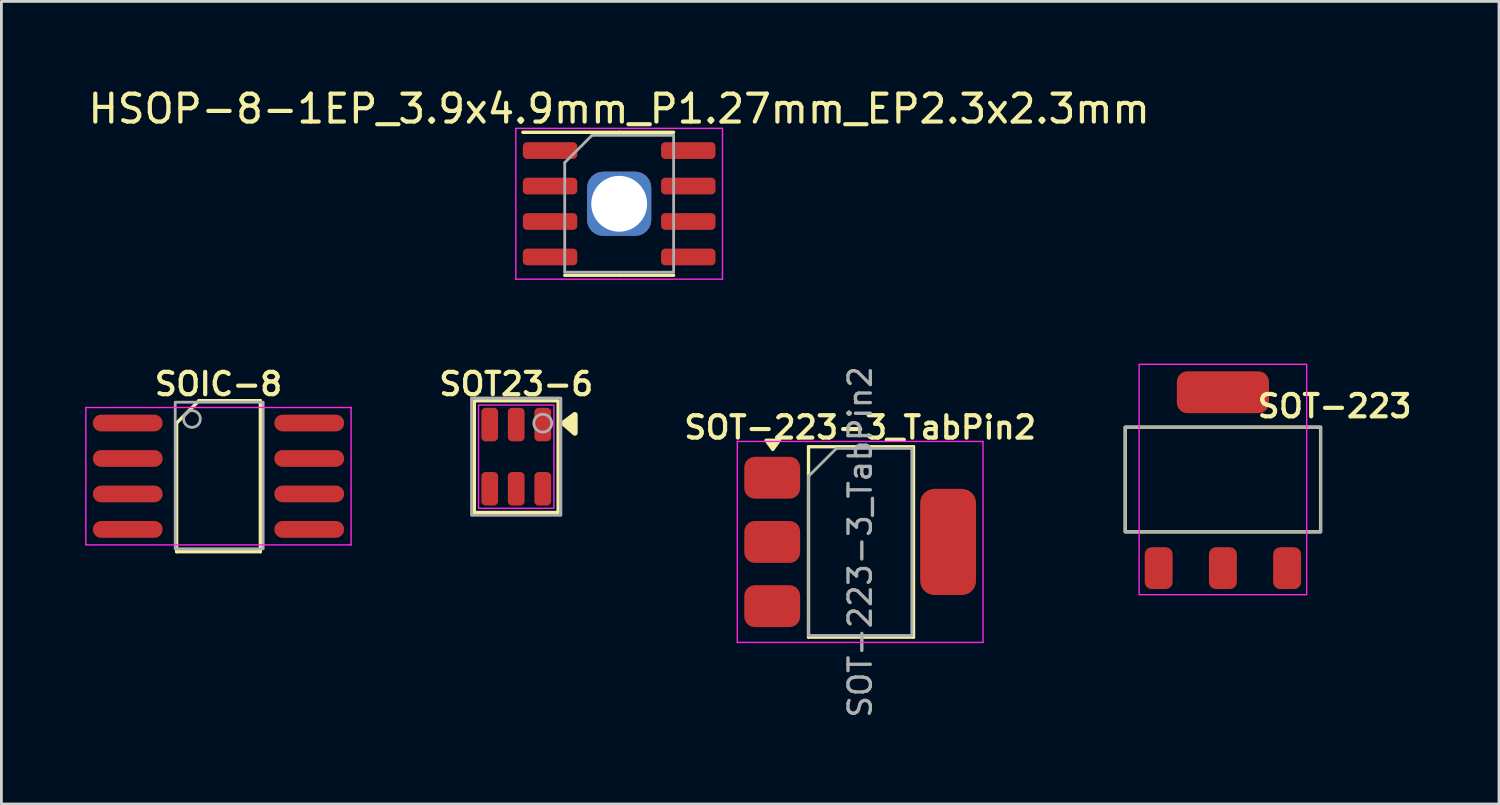
<source format=kicad_pcb>
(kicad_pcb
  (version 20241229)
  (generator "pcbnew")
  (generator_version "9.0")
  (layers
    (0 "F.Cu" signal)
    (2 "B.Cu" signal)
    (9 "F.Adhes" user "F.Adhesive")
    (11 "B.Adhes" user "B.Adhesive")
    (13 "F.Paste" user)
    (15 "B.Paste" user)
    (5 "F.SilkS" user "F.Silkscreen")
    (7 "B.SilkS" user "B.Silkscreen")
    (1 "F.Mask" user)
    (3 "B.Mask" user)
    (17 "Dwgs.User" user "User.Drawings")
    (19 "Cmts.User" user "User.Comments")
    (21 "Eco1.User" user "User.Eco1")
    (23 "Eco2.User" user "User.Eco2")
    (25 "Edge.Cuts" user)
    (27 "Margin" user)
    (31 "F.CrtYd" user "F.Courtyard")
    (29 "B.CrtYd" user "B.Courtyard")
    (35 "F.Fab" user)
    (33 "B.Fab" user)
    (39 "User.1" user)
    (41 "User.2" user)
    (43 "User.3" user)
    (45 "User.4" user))
  (footprint "SOT-223-3_TabPin2"
    (layer "F.Cu")
    (at 27.756 16.359)
    (property "Reference" "SOT-223-3_TabPin2" (at 0 -4.1 0) (layer "F.SilkS") (effects (font (size 0.8 0.8) (thickness 0.15) (bold yes))))
    (attr smd)
    (fp_line (start -1.85 -3.41) (end 1.91 -3.41) (stroke (width 0.12) (type solid)) (layer "F.SilkS"))
    (fp_line (start -1.85 3.41) (end -1.85 -3.41) (stroke (width 0.12) (type solid)) (layer "F.SilkS"))
    (fp_line (start -1.85 3.41) (end 1.91 3.41) (stroke (width 0.12) (type solid)) (layer "F.SilkS"))
    (fp_line (start 1.91 -3.41) (end 1.91 3.41) (stroke (width 0.12) (type solid)) (layer "F.SilkS"))
    (fp_poly (pts (xy -3.13 -3.31) (xy -3.37 -3.64) (xy -2.89 -3.64) (xy -3.13 -3.31)) (stroke (width 0.12) (type solid)) (fill yes) (layer "F.SilkS"))
    (fp_line (start -4.4 -3.6) (end -4.4 3.6) (stroke (width 0.05) (type solid)) (layer "F.CrtYd"))
    (fp_line (start -4.4 3.6) (end 4.4 3.6) (stroke (width 0.05) (type solid)) (layer "F.CrtYd"))
    (fp_line (start 4.4 -3.6) (end -4.4 -3.6) (stroke (width 0.05) (type solid)) (layer "F.CrtYd"))
    (fp_line (start 4.4 3.6) (end 4.4 -3.6) (stroke (width 0.05) (type solid)) (layer "F.CrtYd"))
    (fp_line (start -1.85 -2.35) (end -1.85 3.35) (stroke (width 0.1) (type solid)) (layer "F.Fab"))
    (fp_line (start -1.85 -2.35) (end -0.85 -3.35) (stroke (width 0.1) (type solid)) (layer "F.Fab"))
    (fp_line (start -1.85 3.35) (end 1.85 3.35) (stroke (width 0.1) (type solid)) (layer "F.Fab"))
    (fp_line (start -0.85 -3.35) (end 1.85 -3.35) (stroke (width 0.1) (type solid)) (layer "F.Fab"))
    (fp_line (start 1.85 -3.35) (end 1.85 3.35) (stroke (width 0.1) (type solid)) (layer "F.Fab"))
    (fp_text user "${REFERENCE}" (at 0 0 90) (layer "F.Fab") (effects (font (size 0.8 0.8) (thickness 0.12))))
    (pad "1" smd roundrect (at -3.15 -2.3) (size 2 1.5) (layers "F.Cu" "F.Mask" "F.Paste") (roundrect_rratio 0.25))
    (pad "2" smd roundrect (at -3.15 0) (size 2 1.5) (layers "F.Cu" "F.Mask" "F.Paste") (roundrect_rratio 0.25))
    (pad "2" smd roundrect (at 3.15 0) (size 2 3.8) (layers "F.Cu" "F.Mask" "F.Paste") (roundrect_rratio 0.25))
    (pad "3" smd roundrect (at -3.15 2.3) (size 2 1.5) (layers "F.Cu" "F.Mask" "F.Paste") (roundrect_rratio 0.25)))
  (footprint "HSOP-8-1EP_3.9x4.9mm_P1.27mm_EP2.3x2.3mm"
    (layer "F.Cu")
    (at 19.125 4.248)
    (property "Reference" "HSOP-8-1EP_3.9x4.9mm_P1.27mm_EP2.3x2.3mm" (at 0 -3.4 0) (layer "F.SilkS") (effects (font (size 1 1) (thickness 0.15))))
    (attr smd)
    (fp_line (start 0 -2.56) (end -3.45 -2.56) (stroke (width 0.12) (type solid)) (layer "F.SilkS"))
    (fp_line (start 0 -2.56) (end 1.95 -2.56) (stroke (width 0.12) (type solid)) (layer "F.SilkS"))
    (fp_line (start 0 2.56) (end -1.95 2.56) (stroke (width 0.12) (type solid)) (layer "F.SilkS"))
    (fp_line (start 0 2.56) (end 1.95 2.56) (stroke (width 0.12) (type solid)) (layer "F.SilkS"))
    (fp_line (start -3.7 -2.7) (end -3.7 2.7) (stroke (width 0.05) (type solid)) (layer "F.CrtYd"))
    (fp_line (start -3.7 2.7) (end 3.7 2.7) (stroke (width 0.05) (type solid)) (layer "F.CrtYd"))
    (fp_line (start 3.7 -2.7) (end -3.7 -2.7) (stroke (width 0.05) (type solid)) (layer "F.CrtYd"))
    (fp_line (start 3.7 2.7) (end 3.7 -2.7) (stroke (width 0.05) (type solid)) (layer "F.CrtYd"))
    (fp_line (start -1.95 -1.475) (end -0.975 -2.45) (stroke (width 0.1) (type solid)) (layer "F.Fab"))
    (fp_line (start -1.95 2.45) (end -1.95 -1.475) (stroke (width 0.1) (type solid)) (layer "F.Fab"))
    (fp_line (start -0.975 -2.45) (end 1.95 -2.45) (stroke (width 0.1) (type solid)) (layer "F.Fab"))
    (fp_line (start 1.95 -2.45) (end 1.95 2.45) (stroke (width 0.1) (type solid)) (layer "F.Fab"))
    (fp_line (start 1.95 2.45) (end -1.95 2.45) (stroke (width 0.1) (type solid)) (layer "F.Fab"))
    (pad "1" smd roundrect (at -2.475 -1.905) (size 1.95 0.6) (layers "F.Cu" "F.Mask" "F.Paste") (roundrect_rratio 0.25))
    (pad "2" smd roundrect (at -2.475 -0.635) (size 1.95 0.6) (layers "F.Cu" "F.Mask" "F.Paste") (roundrect_rratio 0.25))
    (pad "3" smd roundrect (at -2.475 0.635) (size 1.95 0.6) (layers "F.Cu" "F.Mask" "F.Paste") (roundrect_rratio 0.25))
    (pad "4" smd roundrect (at -2.475 1.905) (size 1.95 0.6) (layers "F.Cu" "F.Mask" "F.Paste") (roundrect_rratio 0.25))
    (pad "5" smd roundrect (at 2.475 1.905) (size 1.95 0.6) (layers "F.Cu" "F.Mask" "F.Paste") (roundrect_rratio 0.25))
    (pad "6" smd roundrect (at 2.475 0.635) (size 1.95 0.6) (layers "F.Cu" "F.Mask" "F.Paste") (roundrect_rratio 0.25))
    (pad "7" smd roundrect (at 2.475 -0.635) (size 1.95 0.6) (layers "F.Cu" "F.Mask" "F.Paste") (roundrect_rratio 0.25))
    (pad "8" smd roundrect (at 2.475 -1.905) (size 1.95 0.6) (layers "F.Cu" "F.Mask" "F.Paste") (roundrect_rratio 0.25))
    (pad "9" thru_hole roundrect (at 0 0) (size 2.3 2.3) (drill 2) (layers "*.Cu" "*.Mask") (roundrect_rratio 0.25)))
  (footprint "SOIC-8"
    (layer "F.Cu")
    (at 4.775 14.005)
    (property "Reference" "SOIC-8" (at 0 -3.3 0) (layer "F.SilkS") (effects (font (size 0.8 0.8) (thickness 0.15))))
    (attr smd)
    (fp_line (start -1.5 -1.905) (end -0.7 -2.705) (stroke (width 0.12) (type default)) (layer "F.SilkS"))
    (fp_line (start -1.5 2.705) (end -1.5 -1.905) (stroke (width 0.12) (type default)) (layer "F.SilkS"))
    (fp_line (start -0.7 -2.705) (end 1.5 -2.705) (stroke (width 0.12) (type default)) (layer "F.SilkS"))
    (fp_line (start 1.5 -2.705) (end 1.5 2.705) (stroke (width 0.12) (type default)) (layer "F.SilkS"))
    (fp_line (start 1.5 2.705) (end -1.5 2.705) (stroke (width 0.12) (type default)) (layer "F.SilkS"))
    (fp_line (start -4.75 -2.46) (end 4.75 -2.46) (stroke (width 0.05) (type default)) (layer "F.CrtYd"))
    (fp_line (start -4.75 2.46) (end -4.75 -2.46) (stroke (width 0.05) (type default)) (layer "F.CrtYd"))
    (fp_line (start 4.75 -2.46) (end 4.75 2.46) (stroke (width 0.05) (type default)) (layer "F.CrtYd"))
    (fp_line (start 4.75 2.46) (end -4.75 2.46) (stroke (width 0.05) (type default)) (layer "F.CrtYd"))
    (fp_rect (start -1.55 -2.65) (end 1.6 2.6) (stroke (width 0.1) (type default)) (fill no) (layer "F.Fab"))
    (fp_circle (center -0.95 -2.05) (end -0.65 -2.05) (stroke (width 0.1) (type solid)) (fill no) (layer "F.Fab"))
    (pad "1" smd oval (at -3.25 -1.905 270) (size 0.6 2.5) (layers "F.Cu" "F.Mask" "F.Paste"))
    (pad "2" smd oval (at -3.25 -0.635 270) (size 0.6 2.5) (layers "F.Cu" "F.Mask" "F.Paste"))
    (pad "3" smd oval (at -3.25 0.635 270) (size 0.6 2.5) (layers "F.Cu" "F.Mask" "F.Paste"))
    (pad "4" smd oval (at -3.25 1.905 270) (size 0.6 2.5) (layers "F.Cu" "F.Mask" "F.Paste"))
    (pad "5" smd oval (at 3.25 1.905 270) (size 0.6 2.5) (layers "F.Cu" "F.Mask" "F.Paste"))
    (pad "6" smd oval (at 3.25 0.635 270) (size 0.6 2.5) (layers "F.Cu" "F.Mask" "F.Paste"))
    (pad "7" smd oval (at 3.25 -0.635 270) (size 0.6 2.5) (layers "F.Cu" "F.Mask" "F.Paste"))
    (pad "8" smd oval (at 3.25 -1.905 270) (size 0.6 2.5) (layers "F.Cu" "F.Mask" "F.Paste")))
  (footprint "SOT-223"
    (layer "F.Cu")
    (at 40.747 14.298)
    (property "Reference" "SOT-223" (at 4 -2.8 0) (unlocked yes) (layer "F.SilkS") (effects (font (size 0.8 0.8) (thickness 0.15))))
    (attr smd)
    (fp_rect (start -3.5 -2.05) (end 3.5 1.7) (stroke (width 0.12) (type default)) (fill no) (layer "F.SilkS"))
    (fp_rect (start -3 -4.3) (end 3 3.95) (stroke (width 0.05) (type default)) (fill no) (layer "F.CrtYd"))
    (fp_rect (start -3.5 -2.05) (end 3.5 1.7) (stroke (width 0.1) (type default)) (fill no) (layer "F.Fab"))
    (pad "1" smd roundrect (at -2.3 3) (size 1 1.5) (layers "F.Cu" "F.Mask" "F.Paste") (roundrect_rratio 0.25))
    (pad "2" smd roundrect (at 0 -3.3) (size 3.3 1.5) (layers "F.Cu" "F.Mask" "F.Paste") (roundrect_rratio 0.25))
    (pad "2" smd roundrect (at 0 3) (size 1 1.5) (layers "F.Cu" "F.Mask" "F.Paste") (roundrect_rratio 0.25))
    (pad "3" smd roundrect (at 2.3 3) (size 1 1.5) (layers "F.Cu" "F.Mask" "F.Paste") (roundrect_rratio 0.25)))
  (footprint "SOT23-6"
    (layer "F.Cu")
    (at 15.438 13.305)
    (property "Reference" "SOT23-6" (at 0 -2.6 0) (unlocked yes) (layer "F.SilkS") (effects (font (size 0.8 0.8) (thickness 0.15))))
    (attr smd)
    (fp_rect (start -1.5 -2) (end 1.5 2) (stroke (width 0.12) (type default)) (fill no) (layer "F.SilkS"))
    (fp_poly (pts (xy 1.7 -1.2) (xy 2.1 -1.5) (xy 2.1 -0.85)) (stroke (width 0.2) (type solid)) (fill yes) (layer "F.SilkS"))
    (fp_rect (start -1.35 -1.85) (end 1.35 1.85) (stroke (width 0.05) (type default)) (fill no) (layer "F.CrtYd"))
    (fp_rect (start -1.6 -2.1) (end 1.6 2.1) (stroke (width 0.1) (type default)) (fill no) (layer "F.Fab"))
    (fp_circle (center 0.95 -1.2) (end 1.27 -1.2) (stroke (width 0.1) (type solid)) (fill no) (layer "F.Fab"))
    (pad "1" smd roundrect (at 0.95 -1.15) (size 0.6 1.2) (layers "F.Cu" "F.Mask" "F.Paste") (roundrect_rratio 0.25))
    (pad "2" smd roundrect (at 0 -1.15) (size 0.6 1.2) (layers "F.Cu" "F.Mask" "F.Paste") (roundrect_rratio 0.25))
    (pad "3" smd roundrect (at -0.95 -1.15) (size 0.6 1.2) (layers "F.Cu" "F.Mask" "F.Paste") (roundrect_rratio 0.25))
    (pad "4" smd roundrect (at -0.95 1.15) (size 0.6 1.2) (layers "F.Cu" "F.Mask" "F.Paste") (roundrect_rratio 0.25))
    (pad "5" smd roundrect (at 0 1.15) (size 0.6 1.2) (layers "F.Cu" "F.Mask" "F.Paste") (roundrect_rratio 0.25))
    (pad "6" smd roundrect (at 0.95 1.15) (size 0.6 1.2) (layers "F.Cu" "F.Mask" "F.Paste") (roundrect_rratio 0.25)))
  (gr_rect
    (start -3 -3)
    (end 50.635 25.745)
    (stroke (width 0.1) (type default))
    (fill no)
    (layer "Edge.Cuts")))
</source>
